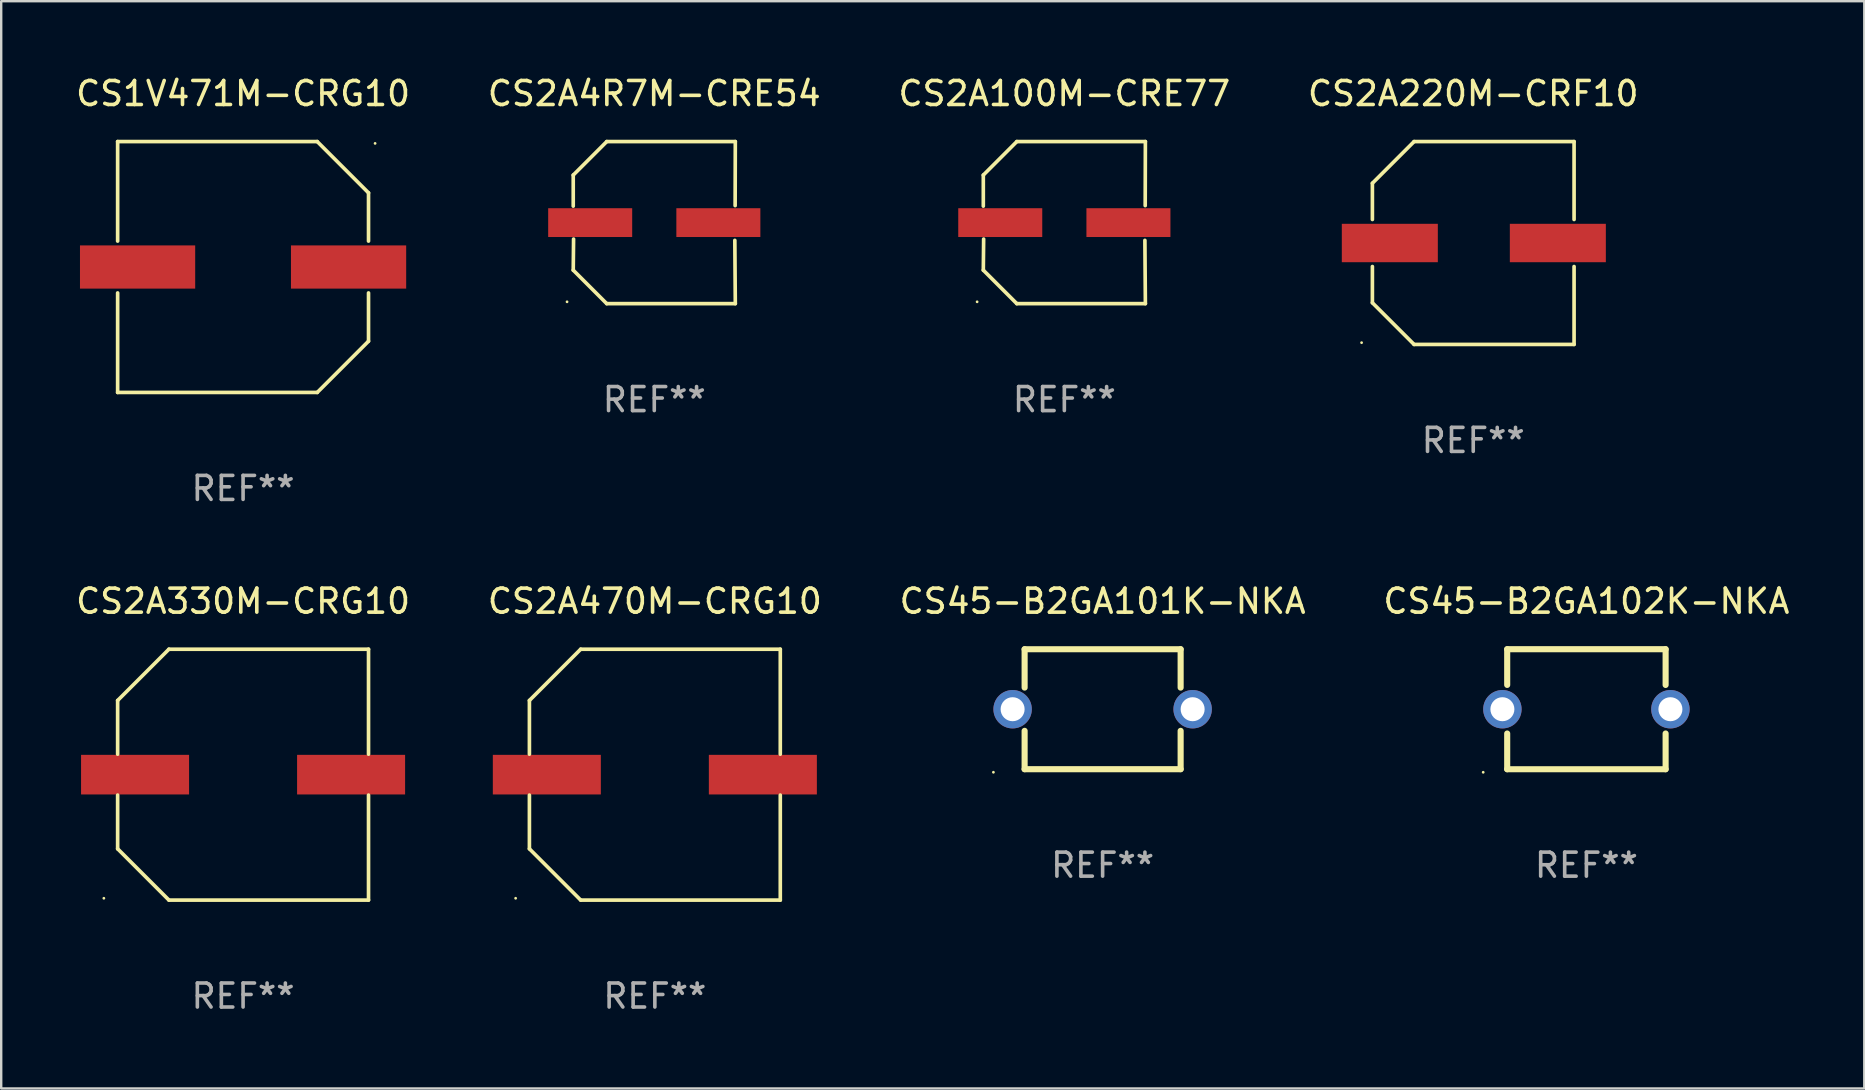
<source format=kicad_pcb>
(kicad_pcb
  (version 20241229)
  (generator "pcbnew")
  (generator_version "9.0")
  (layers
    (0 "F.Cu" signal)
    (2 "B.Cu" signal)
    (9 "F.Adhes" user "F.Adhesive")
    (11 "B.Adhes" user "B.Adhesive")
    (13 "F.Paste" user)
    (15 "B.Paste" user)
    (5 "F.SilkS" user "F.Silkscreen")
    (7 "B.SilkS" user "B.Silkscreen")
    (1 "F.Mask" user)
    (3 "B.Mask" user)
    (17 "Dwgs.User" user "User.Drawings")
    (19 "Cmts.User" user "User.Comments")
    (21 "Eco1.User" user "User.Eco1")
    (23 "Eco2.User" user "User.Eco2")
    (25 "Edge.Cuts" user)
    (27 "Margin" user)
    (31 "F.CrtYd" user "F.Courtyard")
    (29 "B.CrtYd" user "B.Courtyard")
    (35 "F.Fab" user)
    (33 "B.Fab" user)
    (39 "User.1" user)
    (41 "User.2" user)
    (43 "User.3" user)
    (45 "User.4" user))
  (footprint "CS2A220M-CRF10"
    (layer "F.Cu")
    (at 58.327 7.074)
    (property "Reference" "CS2A220M-CRF10" (at 0 -6.226 0) (layer "F.SilkS") (effects (font (size 1 1) (thickness 0.15))))
    (attr through_hole)
    (fp_line (start -4.201 -0.98) (end -4.201 -2.49) (stroke (width 0.152) (type solid)) (layer "F.SilkS"))
    (fp_line (start -4.201 2.49) (end -4.201 0.98) (stroke (width 0.152) (type solid)) (layer "F.SilkS"))
    (fp_line (start -2.465 -4.226) (end -4.201 -2.49) (stroke (width 0.152) (type solid)) (layer "F.SilkS"))
    (fp_line (start -2.465 4.226) (end -4.201 2.49) (stroke (width 0.152) (type solid)) (layer "F.SilkS"))
    (fp_line (start 4.201 -4.226) (end -2.465 -4.226) (stroke (width 0.152) (type solid)) (layer "F.SilkS"))
    (fp_line (start 4.201 -4.226) (end 4.201 -0.98) (stroke (width 0.152) (type solid)) (layer "F.SilkS"))
    (fp_line (start 4.201 0.98) (end 4.201 4.226) (stroke (width 0.152) (type solid)) (layer "F.SilkS"))
    (fp_line (start 4.201 4.226) (end -2.465 4.226) (stroke (width 0.152) (type solid)) (layer "F.SilkS"))
    (fp_circle (center -4.651 4.152) (end -4.621 4.152) (stroke (width 0.06) (type solid)) (fill no) (layer "F.SilkS"))
    (fp_text user "REF**" (at 0 8.226 0) (layer "F.Fab") (effects (font (size 1 1) (thickness 0.15))))
    (pad "1" smd rect (at -3.475 0.000076) (size 4 1.6) (layers "F.Cu" "F.Mask" "F.Paste"))
    (pad "2" smd rect (at 3.525 0.000076) (size 4 1.6) (layers "F.Cu" "F.Mask" "F.Paste")))
  (footprint "CS2A470M-CRG10"
    (layer "F.Cu")
    (at 24.232 29.223)
    (property "Reference" "CS2A470M-CRG10" (at 0 -7.226 0) (layer "F.SilkS") (effects (font (size 1 1) (thickness 0.15))))
    (attr through_hole)
    (fp_line (start -5.226 -3.09) (end -5.226 -0.852) (stroke (width 0.152) (type solid)) (layer "F.SilkS"))
    (fp_line (start -5.226 3.09) (end -5.226 0.852) (stroke (width 0.152) (type solid)) (layer "F.SilkS"))
    (fp_line (start -3.09 -5.226) (end -5.226 -3.09) (stroke (width 0.152) (type solid)) (layer "F.SilkS"))
    (fp_line (start -3.09 5.226) (end -5.226 3.09) (stroke (width 0.152) (type solid)) (layer "F.SilkS"))
    (fp_line (start 5.226 -5.226) (end -3.09 -5.226) (stroke (width 0.152) (type solid)) (layer "F.SilkS"))
    (fp_line (start 5.226 -0.852) (end 5.226 -5.226) (stroke (width 0.152) (type solid)) (layer "F.SilkS"))
    (fp_line (start 5.226 0.852) (end 5.226 5.226) (stroke (width 0.152) (type solid)) (layer "F.SilkS"))
    (fp_line (start 5.226 5.226) (end -3.09 5.226) (stroke (width 0.152) (type solid)) (layer "F.SilkS"))
    (fp_circle (center -5.8 5.15) (end -5.77 5.15) (stroke (width 0.06) (type solid)) (fill no) (layer "F.SilkS"))
    (fp_text user "REF**" (at 0 9.226 0) (layer "F.Fab") (effects (font (size 1 1) (thickness 0.15))))
    (pad "1" smd rect (at -4.5 0) (size 4.5 1.65) (layers "F.Cu" "F.Mask" "F.Paste"))
    (pad "2" smd rect (at 4.5 0) (size 4.5 1.65) (layers "F.Cu" "F.Mask" "F.Paste")))
  (footprint "CS1V471M-CRG10"
    (layer "F.Cu")
    (at 7.077 8.074)
    (property "Reference" "CS1V471M-CRG10" (at 0 -7.226 0) (layer "F.SilkS") (effects (font (size 1 1) (thickness 0.15))))
    (attr through_hole)
    (fp_line (start -5.226 -5.226) (end -5.226 -1.08) (stroke (width 0.152) (type solid)) (layer "F.SilkS"))
    (fp_line (start -5.226 -5.226) (end 3.09 -5.226) (stroke (width 0.152) (type solid)) (layer "F.SilkS"))
    (fp_line (start -5.226 1.08) (end -5.226 5.226) (stroke (width 0.152) (type solid)) (layer "F.SilkS"))
    (fp_line (start -5.226 5.226) (end 3.09 5.226) (stroke (width 0.152) (type solid)) (layer "F.SilkS"))
    (fp_line (start 3.09 -5.226) (end 5.226 -3.09) (stroke (width 0.152) (type solid)) (layer "F.SilkS"))
    (fp_line (start 3.09 5.226) (end 5.226 3.09) (stroke (width 0.152) (type solid)) (layer "F.SilkS"))
    (fp_line (start 5.226 -1.08) (end 5.226 -3.09) (stroke (width 0.152) (type solid)) (layer "F.SilkS"))
    (fp_line (start 5.226 3.09) (end 5.226 1.08) (stroke (width 0.152) (type solid)) (layer "F.SilkS"))
    (fp_circle (center 5.5 -5.15) (end 5.53 -5.15) (stroke (width 0.06) (type solid)) (fill no) (layer "F.SilkS"))
    (fp_text user "REF**" (at 0 9.226 0) (layer "F.Fab") (effects (font (size 1 1) (thickness 0.15))))
    (pad "1" smd rect (at 4.395 0 180) (size 4.8 1.8) (layers "F.Cu" "F.Mask" "F.Paste"))
    (pad "2" smd rect (at -4.395 0 180) (size 4.8 1.8) (layers "F.Cu" "F.Mask" "F.Paste")))
  (footprint "CS2A330M-CRG10"
    (layer "F.Cu")
    (at 7.077 29.223)
    (property "Reference" "CS2A330M-CRG10" (at 0 -7.226 0) (layer "F.SilkS") (effects (font (size 1 1) (thickness 0.15))))
    (attr through_hole)
    (fp_line (start -5.226 -3.09) (end -5.226 -0.852) (stroke (width 0.152) (type solid)) (layer "F.SilkS"))
    (fp_line (start -5.226 3.09) (end -5.226 0.852) (stroke (width 0.152) (type solid)) (layer "F.SilkS"))
    (fp_line (start -3.09 -5.226) (end -5.226 -3.09) (stroke (width 0.152) (type solid)) (layer "F.SilkS"))
    (fp_line (start -3.09 5.226) (end -5.226 3.09) (stroke (width 0.152) (type solid)) (layer "F.SilkS"))
    (fp_line (start 5.226 -5.226) (end -3.09 -5.226) (stroke (width 0.152) (type solid)) (layer "F.SilkS"))
    (fp_line (start 5.226 -0.852) (end 5.226 -5.226) (stroke (width 0.152) (type solid)) (layer "F.SilkS"))
    (fp_line (start 5.226 0.852) (end 5.226 5.226) (stroke (width 0.152) (type solid)) (layer "F.SilkS"))
    (fp_line (start 5.226 5.226) (end -3.09 5.226) (stroke (width 0.152) (type solid)) (layer "F.SilkS"))
    (fp_circle (center -5.8 5.15) (end -5.77 5.15) (stroke (width 0.06) (type solid)) (fill no) (layer "F.SilkS"))
    (fp_text user "REF**" (at 0 9.226 0) (layer "F.Fab") (effects (font (size 1 1) (thickness 0.15))))
    (pad "1" smd rect (at -4.5 0) (size 4.5 1.65) (layers "F.Cu" "F.Mask" "F.Paste"))
    (pad "2" smd rect (at 4.5 0) (size 4.5 1.65) (layers "F.Cu" "F.Mask" "F.Paste")))
  (footprint "CS45-B2GA102K-NKA"
    (layer "F.Cu")
    (at 63.042 26.497)
    (property "Reference" "CS45-B2GA102K-NKA" (at 0 -4.5 0) (layer "F.SilkS") (effects (font (size 1 1) (thickness 0.15))))
    (attr through_hole)
    (fp_line (start -3.3 -2.5) (end -3.3 -1.012) (stroke (width 0.254) (type solid)) (layer "F.SilkS"))
    (fp_line (start -3.3 -2.5) (end 3.3 -2.5) (stroke (width 0.254) (type solid)) (layer "F.SilkS"))
    (fp_line (start -3.3 1.012) (end -3.3 2.5) (stroke (width 0.254) (type solid)) (layer "F.SilkS"))
    (fp_line (start 3.3 -2.5) (end 3.3 -1.011) (stroke (width 0.254) (type solid)) (layer "F.SilkS"))
    (fp_line (start 3.3 1.011) (end 3.3 2.5) (stroke (width 0.254) (type solid)) (layer "F.SilkS"))
    (fp_line (start 3.3 2.5) (end -3.3 2.5) (stroke (width 0.254) (type solid)) (layer "F.SilkS"))
    (fp_circle (center -4.3 2.627) (end -4.27 2.627) (stroke (width 0.06) (type solid)) (fill no) (layer "F.SilkS"))
    (fp_text user "REF**" (at 0 6.5 0) (layer "F.Fab") (effects (font (size 1 1) (thickness 0.15))))
    (pad "1" thru_hole circle (at -3.5 0) (size 1.6 1.6) (drill 1) (layers "*.Cu" "*.Mask"))
    (pad "2" thru_hole circle (at 3.5 0) (size 1.6 1.6) (drill 1) (layers "*.Cu" "*.Mask")))
  (footprint "CS2A4R7M-CRE54"
    (layer "F.Cu")
    (at 24.208 6.224)
    (property "Reference" "CS2A4R7M-CRE54" (at 0 -5.376 0) (layer "F.SilkS") (effects (font (size 1 1) (thickness 0.15))))
    (attr through_hole)
    (fp_line (start -3.376 -1.98) (end -3.376 -0.686) (stroke (width 0.152) (type solid)) (layer "F.SilkS"))
    (fp_line (start -3.376 1.981) (end -3.362 0.686) (stroke (width 0.152) (type solid)) (layer "F.SilkS"))
    (fp_line (start -1.981 3.376) (end -3.376 1.981) (stroke (width 0.152) (type solid)) (layer "F.SilkS"))
    (fp_line (start -1.98 -3.376) (end -3.376 -1.98) (stroke (width 0.152) (type solid)) (layer "F.SilkS"))
    (fp_line (start 3.356 0.74) (end 3.376 3.376) (stroke (width 0.152) (type solid)) (layer "F.SilkS"))
    (fp_line (start 3.369 -0.707) (end 3.376 -3.376) (stroke (width 0.152) (type solid)) (layer "F.SilkS"))
    (fp_line (start 3.376 3.376) (end -1.981 3.376) (stroke (width 0.152) (type solid)) (layer "F.SilkS"))
    (fp_line (start 3.376 -3.376) (end -1.98 -3.376) (stroke (width 0.152) (type solid)) (layer "F.SilkS"))
    (fp_circle (center -3.634 3.3) (end -3.604 3.3) (stroke (width 0.06) (type solid)) (fill no) (layer "F.SilkS"))
    (fp_text user "REF**" (at 0 7.376 0) (layer "F.Fab") (effects (font (size 1 1) (thickness 0.15))))
    (pad "1" smd rect (at -2.67 0.000254) (size 3.5 1.2) (layers "F.Cu" "F.Mask" "F.Paste"))
    (pad "2" smd rect (at 2.67 0.000254) (size 3.5 1.2) (layers "F.Cu" "F.Mask" "F.Paste")))
  (footprint "CS2A100M-CRE77"
    (layer "F.Cu")
    (at 41.292 6.224)
    (property "Reference" "CS2A100M-CRE77" (at 0 -5.376 0) (layer "F.SilkS") (effects (font (size 1 1) (thickness 0.15))))
    (attr through_hole)
    (fp_line (start -3.376 -1.98) (end -3.376 -0.686) (stroke (width 0.152) (type solid)) (layer "F.SilkS"))
    (fp_line (start -3.376 1.981) (end -3.362 0.686) (stroke (width 0.152) (type solid)) (layer "F.SilkS"))
    (fp_line (start -1.981 3.376) (end -3.376 1.981) (stroke (width 0.152) (type solid)) (layer "F.SilkS"))
    (fp_line (start -1.98 -3.376) (end -3.376 -1.98) (stroke (width 0.152) (type solid)) (layer "F.SilkS"))
    (fp_line (start 3.356 0.74) (end 3.376 3.376) (stroke (width 0.152) (type solid)) (layer "F.SilkS"))
    (fp_line (start 3.369 -0.707) (end 3.376 -3.376) (stroke (width 0.152) (type solid)) (layer "F.SilkS"))
    (fp_line (start 3.376 3.376) (end -1.981 3.376) (stroke (width 0.152) (type solid)) (layer "F.SilkS"))
    (fp_line (start 3.376 -3.376) (end -1.98 -3.376) (stroke (width 0.152) (type solid)) (layer "F.SilkS"))
    (fp_circle (center -3.634 3.3) (end -3.604 3.3) (stroke (width 0.06) (type solid)) (fill no) (layer "F.SilkS"))
    (fp_text user "REF**" (at 0 7.376 0) (layer "F.Fab") (effects (font (size 1 1) (thickness 0.15))))
    (pad "1" smd rect (at -2.67 0.000254) (size 3.5 1.2) (layers "F.Cu" "F.Mask" "F.Paste"))
    (pad "2" smd rect (at 2.67 0.000254) (size 3.5 1.2) (layers "F.Cu" "F.Mask" "F.Paste")))
  (footprint "CS45-B2GA101K-NKA"
    (layer "F.Cu")
    (at 42.887 26.497)
    (property "Reference" "CS45-B2GA101K-NKA" (at 0 -4.499 0) (layer "F.SilkS") (effects (font (size 1 1) (thickness 0.15))))
    (attr through_hole)
    (fp_line (start -3.25 -0.901) (end -3.25 -2.499) (stroke (width 0.254) (type solid)) (layer "F.SilkS"))
    (fp_line (start -3.25 2.499) (end -3.25 0.901) (stroke (width 0.254) (type solid)) (layer "F.SilkS"))
    (fp_line (start -3.25 -2.499) (end 3.25 -2.499) (stroke (width 0.254) (type solid)) (layer "F.SilkS"))
    (fp_line (start 3.25 -2.499) (end 3.25 -0.901) (stroke (width 0.254) (type solid)) (layer "F.SilkS"))
    (fp_line (start 3.25 0.901) (end 3.25 2.499) (stroke (width 0.254) (type solid)) (layer "F.SilkS"))
    (fp_line (start 3.25 2.499) (end -3.25 2.499) (stroke (width 0.254) (type solid)) (layer "F.SilkS"))
    (fp_circle (center -4.55 2.626) (end -4.52 2.626) (stroke (width 0.06) (type solid)) (fill no) (layer "F.SilkS"))
    (fp_text user "REF**" (at 0 6.499 0) (layer "F.Fab") (effects (font (size 1 1) (thickness 0.15))))
    (pad "1" thru_hole circle (at -3.75 0) (size 1.6 1.6) (drill 1) (layers "*.Cu" "*.Mask"))
    (pad "2" thru_hole circle (at 3.75 0) (size 1.6 1.6) (drill 1) (layers "*.Cu" "*.Mask")))
  (gr_rect
    (start -3 -3)
    (end 74.619 42.298)
    (stroke (width 0.1) (type default))
    (fill no)
    (layer "Edge.Cuts")))
</source>
